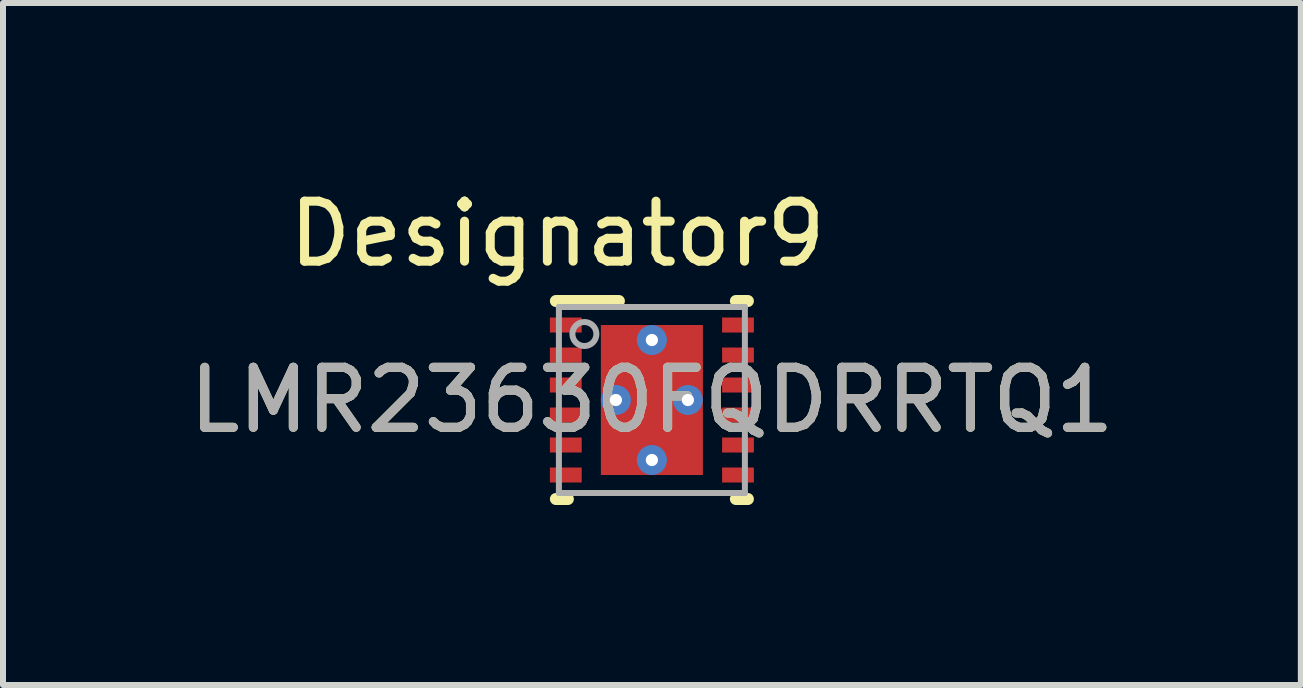
<source format=kicad_pcb>
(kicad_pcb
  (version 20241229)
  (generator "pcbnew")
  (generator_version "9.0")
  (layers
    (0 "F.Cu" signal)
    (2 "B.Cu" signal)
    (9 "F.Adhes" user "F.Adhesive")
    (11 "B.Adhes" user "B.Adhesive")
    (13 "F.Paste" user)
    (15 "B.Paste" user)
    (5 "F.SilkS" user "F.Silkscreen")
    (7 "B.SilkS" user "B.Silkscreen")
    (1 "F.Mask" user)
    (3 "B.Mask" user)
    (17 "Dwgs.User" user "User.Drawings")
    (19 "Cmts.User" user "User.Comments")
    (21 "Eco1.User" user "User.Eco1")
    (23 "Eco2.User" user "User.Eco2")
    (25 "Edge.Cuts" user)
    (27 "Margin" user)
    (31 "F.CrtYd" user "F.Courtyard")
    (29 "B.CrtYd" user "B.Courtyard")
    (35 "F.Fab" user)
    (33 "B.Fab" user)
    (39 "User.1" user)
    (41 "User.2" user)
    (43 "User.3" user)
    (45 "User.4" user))
  (footprint "LMR23630FQDRRTQ1"
    (layer "F.Cu")
    (at 7.815 3.617)
    (property "Reference" "LMR23630FQDRRTQ1" (at 0 0 0) (unlocked yes) (layer "F.SilkS") (effects (font (size 1 1) (thickness 0.15))))
    (attr smd)
    (fp_line (start -1.6 -1.65) (end -0.55 -1.65) (stroke (width 0.2) (type solid)) (layer "F.SilkS"))
    (fp_line (start -1.6 1.65) (end -1.4 1.65) (stroke (width 0.2) (type solid)) (layer "F.SilkS"))
    (fp_line (start 1.4 -1.65) (end 1.6 -1.65) (stroke (width 0.2) (type solid)) (layer "F.SilkS"))
    (fp_line (start 1.4 1.65) (end 1.6 1.65) (stroke (width 0.2) (type solid)) (layer "F.SilkS"))
    (fp_poly (pts (xy -0.775 -0.15) (xy -0.775 -1.151) (xy -0.774 -1.16) (xy -0.771 -1.169) (xy -0.767 -1.178) (xy -0.761 -1.186) (xy -0.753 -1.192) (xy -0.744 -1.196) (xy -0.735 -1.199) (xy -0.726 -1.2) (xy 0.726 -1.2) (xy 0.735 -1.199) (xy 0.744 -1.196) (xy 0.753 -1.192) (xy 0.761 -1.186) (xy 0.767 -1.178) (xy 0.771 -1.169) (xy 0.774 -1.16) (xy 0.775 -1.151) (xy 0.775 -0.15) (xy 0.774 -0.14) (xy 0.771 -0.131) (xy 0.767 -0.122) (xy 0.761 -0.114) (xy 0.753 -0.108) (xy 0.744 -0.104) (xy 0.735 -0.101) (xy 0.726 -0.1) (xy -0.726 -0.1) (xy -0.735 -0.101) (xy -0.744 -0.104) (xy -0.753 -0.108) (xy -0.761 -0.114) (xy -0.767 -0.122) (xy -0.771 -0.131) (xy -0.774 -0.14)) (stroke (width 0) (type solid)) (fill yes) (layer "F.Paste"))
    (fp_poly (pts (xy -0.775 1.151) (xy -0.775 0.15) (xy -0.774 0.14) (xy -0.771 0.131) (xy -0.767 0.122) (xy -0.761 0.114) (xy -0.753 0.108) (xy -0.744 0.104) (xy -0.735 0.101) (xy -0.726 0.1) (xy 0.726 0.1) (xy 0.735 0.101) (xy 0.744 0.104) (xy 0.753 0.108) (xy 0.761 0.114) (xy 0.767 0.122) (xy 0.771 0.131) (xy 0.774 0.14) (xy 0.775 0.15) (xy 0.775 1.151) (xy 0.774 1.16) (xy 0.771 1.169) (xy 0.767 1.178) (xy 0.761 1.186) (xy 0.753 1.192) (xy 0.744 1.196) (xy 0.735 1.199) (xy 0.726 1.2) (xy -0.726 1.2) (xy -0.735 1.199) (xy -0.744 1.196) (xy -0.753 1.192) (xy -0.761 1.186) (xy -0.767 1.178) (xy -0.771 1.169) (xy -0.774 1.16)) (stroke (width 0) (type solid)) (fill yes) (layer "F.Paste"))
    (fp_line (start -1.55 -1.55) (end 1.55 -1.55) (stroke (width 0.1) (type solid)) (layer "F.Fab"))
    (fp_line (start -1.55 1.55) (end -1.55 -1.55) (stroke (width 0.1) (type solid)) (layer "F.Fab"))
    (fp_line (start -1.55 1.55) (end 1.55 1.55) (stroke (width 0.1) (type solid)) (layer "F.Fab"))
    (fp_line (start 1.55 1.55) (end 1.55 -1.55) (stroke (width 0.1) (type solid)) (layer "F.Fab"))
    (fp_circle (center -1.125 -1.1) (end -0.925 -1.1) (stroke (width 0.1) (type solid)) (fill no) (layer "F.Fab"))
    (fp_text user "Designator9" (at -1.575 -2.769 0) (unlocked yes) (layer "F.SilkS") (effects (font (size 1 1) (thickness 0.15))))
    (fp_text user "${REFERENCE}" (at 0 0 0) (unlocked yes) (layer "F.Fab") (effects (font (size 1 1) (thickness 0.15))))
    (pad "1" smd rect (at -1.435 -1.25) (size 0.53 0.25) (layers "F.Cu" "F.Mask" "F.Paste"))
    (pad "2" smd rect (at -1.435 -0.75) (size 0.53 0.25) (layers "F.Cu" "F.Mask" "F.Paste"))
    (pad "3" smd rect (at -1.435 -0.25) (size 0.53 0.25) (layers "F.Cu" "F.Mask" "F.Paste"))
    (pad "4" smd rect (at -1.435 0.25) (size 0.53 0.25) (layers "F.Cu" "F.Mask" "F.Paste"))
    (pad "5" smd rect (at -1.435 0.75) (size 0.53 0.25) (layers "F.Cu" "F.Mask" "F.Paste"))
    (pad "6" smd rect (at -1.435 1.25) (size 0.53 0.25) (layers "F.Cu" "F.Mask" "F.Paste"))
    (pad "7" smd rect (at 1.435 1.25) (size 0.53 0.25) (layers "F.Cu" "F.Mask" "F.Paste"))
    (pad "8" smd rect (at 1.435 0.75) (size 0.53 0.25) (layers "F.Cu" "F.Mask" "F.Paste"))
    (pad "9" smd rect (at 1.435 0.25) (size 0.53 0.25) (layers "F.Cu" "F.Mask" "F.Paste"))
    (pad "10" smd rect (at 1.435 -0.25) (size 0.53 0.25) (layers "F.Cu" "F.Mask" "F.Paste"))
    (pad "11" smd rect (at 1.435 -0.75) (size 0.53 0.25) (layers "F.Cu" "F.Mask" "F.Paste"))
    (pad "12" smd rect (at 1.435 -1.25) (size 0.53 0.25) (layers "F.Cu" "F.Mask" "F.Paste"))
    (pad "13" smd rect (at 0 0) (size 1.7 2.5) (layers "F.Cu" "F.Mask"))
    (pad "V" thru_hole circle (at -0.6 0) (size 0.5 0.5) (drill 0.203) (layers "*.Cu" "*.Mask"))
    (pad "V" thru_hole circle (at 0 -1) (size 0.5 0.5) (drill 0.203) (layers "*.Cu" "*.Mask"))
    (pad "V" thru_hole circle (at 0 1) (size 0.5 0.5) (drill 0.203) (layers "*.Cu" "*.Mask"))
    (pad "V" thru_hole circle (at 0.6 0) (size 0.5 0.5) (drill 0.203) (layers "*.Cu" "*.Mask")))
  (gr_rect
    (start -3 -3)
    (end 18.631 8.367)
    (stroke (width 0.1) (type default))
    (fill no)
    (layer "Edge.Cuts")))
</source>
